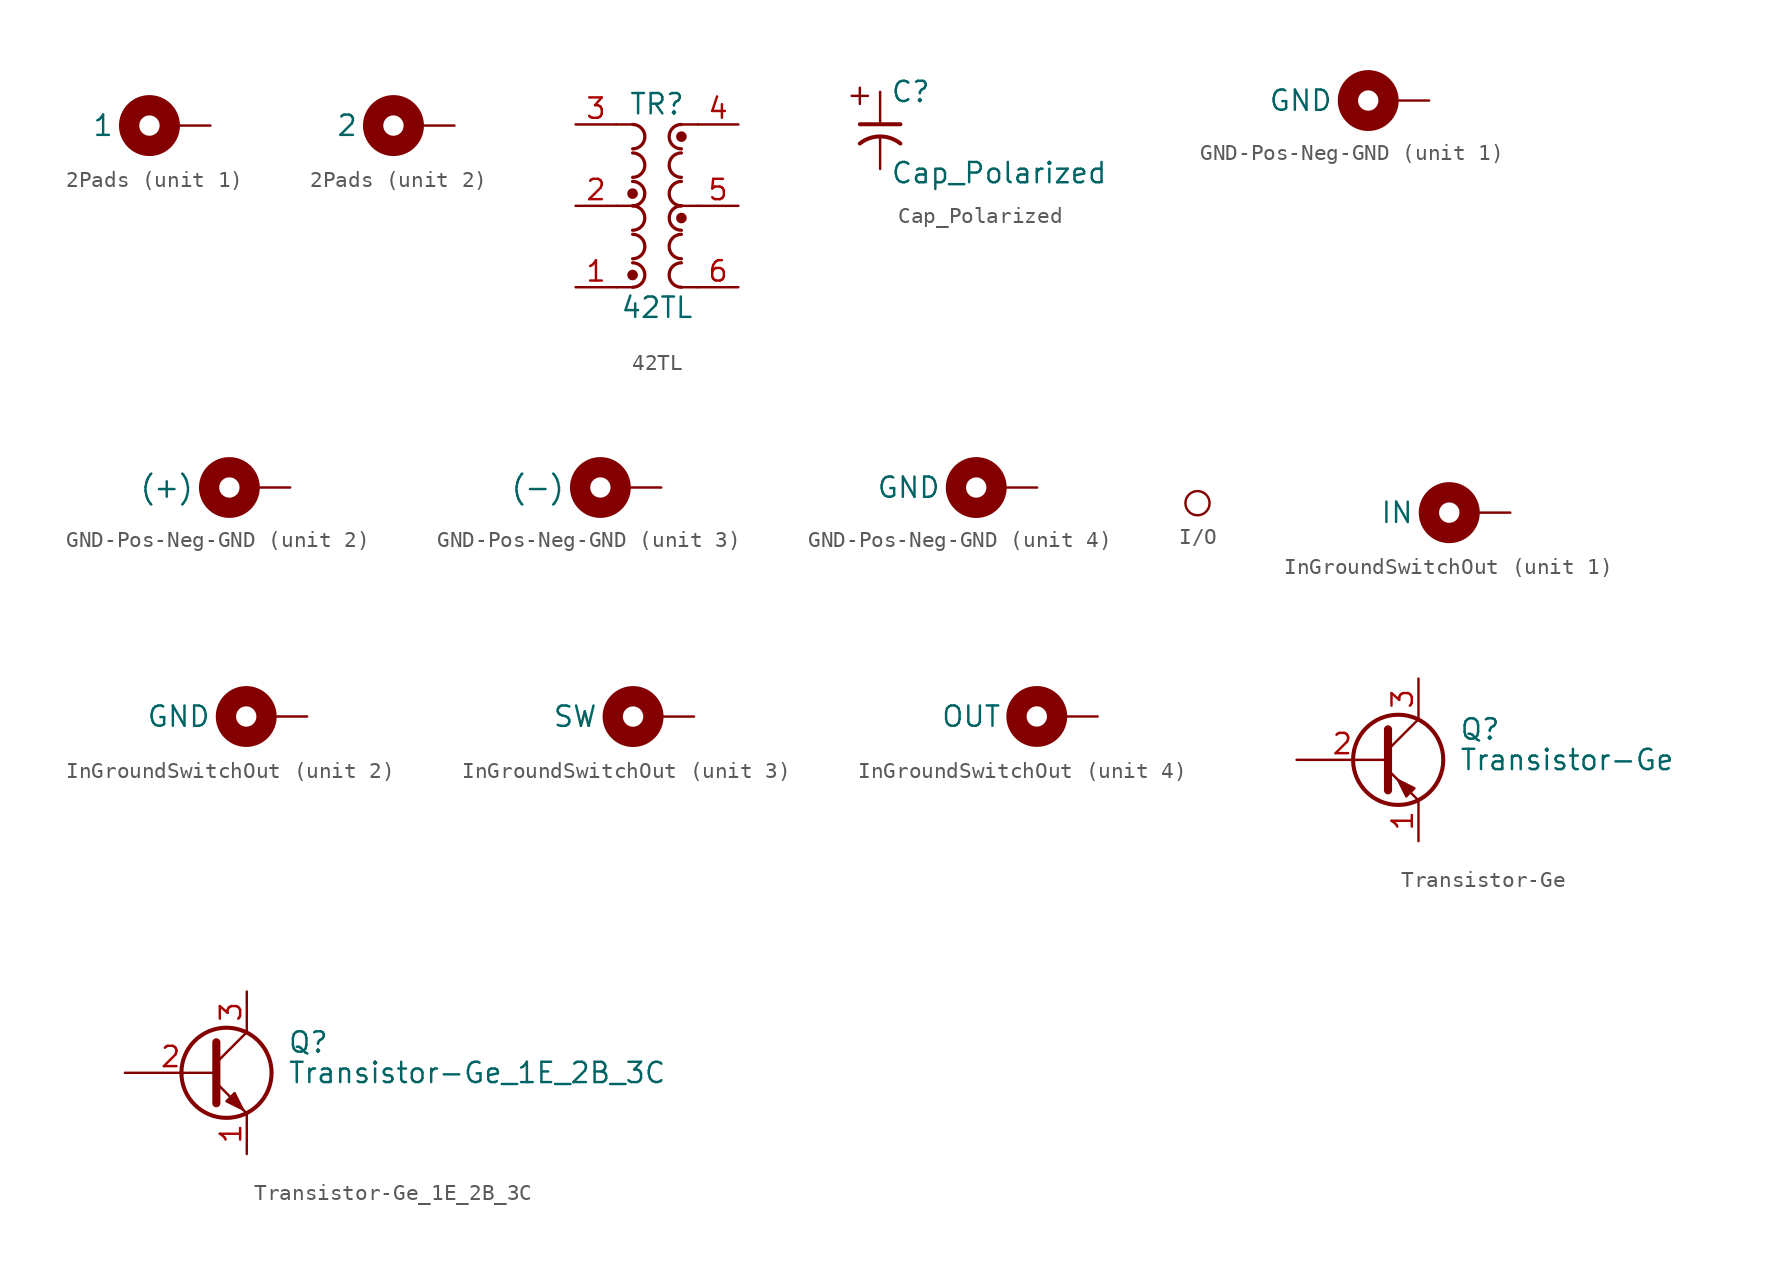
<source format=kicad_sym>
(kicad_symbol_lib
  (version 20220914)
  (generator kicad_symbol_editor)
  (symbol "2Pads"
    (pin_numbers hide)
    (pin_names
      (offset 3))
    (property "Reference" "I/O"
      (at 0 -2.032 0)
      (effects (font (size 1.27 1.27)) hide))
    (property "Value" ""
      (at -3.81 3.048 0)
      (effects (font (size 1.27 1.27))))
    (property "ki_locked" ""
      (at 0 0 0)
      (effects (font (size 1.27 1.27))))
    (symbol "2Pads_0_1"
      (circle (center -3.81 0) (radius 1.27) (stroke (width 1.27) (type default)) (fill (type none))))
    (symbol "2Pads_1_1"
      (pin input line (at 0 0 180) (length 3) (name "1" (effects (font (size 1.27 1.27)))) (number "1" (effects (font (size 1.27 1.27))))))
    (symbol "2Pads_2_1"
      (pin input line (at 0 0 180) (length 3) (name "2" (effects (font (size 1.27 1.27)))) (number "2" (effects (font (size 1.27 1.27)))))))
  (symbol "42TL"
    (pin_names hide)
    (property "Reference" "TR"
      (at 0 6.35 0)
      (effects (font (size 1.27 1.27))))
    (property "Value" "42TL"
      (at 0 -6.35 0)
      (effects (font (size 1.27 1.27))))
    (symbol "42TL_0_1"
      (arc (start -1.524 -1.524) (mid -0.7653 -0.762) (end -1.524 0) (stroke (width 0.2032) (type default)) (fill (type none)))
      (arc (start -1.524 0) (mid -0.7653 0.762) (end -1.524 1.524) (stroke (width 0.2032) (type default)) (fill (type none)))
      (arc (start -1.5207 -5.08) (mid -0.762 -4.318) (end -1.5207 -3.556) (stroke (width 0.2032) (type default)) (fill (type none)))
      (arc (start -1.5207 -3.302) (mid -0.762 -2.54) (end -1.5207 -1.778) (stroke (width 0.2032) (type default)) (fill (type none)))
      (arc (start -1.5207 1.778) (mid -0.762 2.54) (end -1.5207 3.302) (stroke (width 0.2032) (type default)) (fill (type none)))
      (arc (start -1.5207 3.556) (mid -0.762 4.318) (end -1.5207 5.08) (stroke (width 0.2032) (type default)) (fill (type none)))
      (polyline (pts (xy -2.54 0) (xy -1.27 0)) (stroke (width 0) (type default)) (fill (type none)))
      (polyline (pts (xy -1.524 -5.08) (xy -2.54 -5.08)) (stroke (width 0) (type default)) (fill (type none)))
      (polyline (pts (xy -1.524 5.08) (xy -2.54 5.08)) (stroke (width 0) (type default)) (fill (type none)))
      (polyline (pts (xy 2.54 -5.08) (xy 1.524 -5.08)) (stroke (width 0) (type default)) (fill (type none)))
      (polyline (pts (xy 2.54 0) (xy 1.27 0)) (stroke (width 0.152) (type default)) (fill (type none)))
      (polyline (pts (xy 2.54 5.08) (xy 1.524 5.08)) (stroke (width 0) (type default)) (fill (type none)))
      (arc (start 1.5207 -3.556) (mid 0.762 -4.318) (end 1.5207 -5.08) (stroke (width 0.2032) (type default)) (fill (type none)))
      (arc (start 1.5207 -1.778) (mid 0.762 -2.54) (end 1.5207 -3.302) (stroke (width 0.2032) (type default)) (fill (type none)))
      (arc (start 1.5207 3.302) (mid 0.762 2.54) (end 1.5207 1.778) (stroke (width 0.2032) (type default)) (fill (type none)))
      (arc (start 1.5207 5.08) (mid 0.762 4.318) (end 1.5207 3.556) (stroke (width 0.2032) (type default)) (fill (type none)))
      (arc (start 1.524 0) (mid 0.7653 -0.762) (end 1.524 -1.524) (stroke (width 0.2032) (type default)) (fill (type none)))
      (arc (start 1.524 1.524) (mid 0.7653 0.762) (end 1.524 0) (stroke (width 0.2032) (type default)) (fill (type none))))
    (symbol "42TL_1_1"
      (circle (center -1.524 -4.318) (radius 0.254) (stroke (width 0) (type default)) (fill (type outline)))
      (circle (center -1.524 0.762) (radius 0.254) (stroke (width 0) (type default)) (fill (type outline)))
      (circle (center 1.524 -0.762) (radius 0.254) (stroke (width 0) (type default)) (fill (type outline)))
      (circle (center 1.524 4.318) (radius 0.254) (stroke (width 0) (type default)) (fill (type outline)))
      (pin passive line (at -5.08 -5.08 0) (length 2.54) (name "~" (effects (font (size 1.27 1.27)))) (number "1" (effects (font (size 1.27 1.27)))))
      (pin passive line (at -5.08 0 0) (length 2.54) (name "~" (effects (font (size 1.27 1.27)))) (number "2" (effects (font (size 1.27 1.27)))))
      (pin passive line (at -5.08 5.08 0) (length 2.54) (name "~" (effects (font (size 1.27 1.27)))) (number "3" (effects (font (size 1.27 1.27)))))
      (pin passive line (at 5.08 5.08 180) (length 2.54) (name "~" (effects (font (size 1.27 1.27)))) (number "4" (effects (font (size 1.27 1.27)))))
      (pin passive line (at 5.08 0 180) (length 2.54) (name "~" (effects (font (size 1.27 1.27)))) (number "5" (effects (font (size 1.27 1.27)))))
      (pin passive line (at 5.08 -5.08 180) (length 2.54) (name "~" (effects (font (size 1.27 1.27)))) (number "6" (effects (font (size 1.27 1.27)))))))
  (symbol "Cap_Polarized"
    (pin_numbers hide)
    (pin_names
      (offset 0.254) hide)
    (property "Reference" "C"
      (at 0.635 2.54 0)
      (effects (font (size 1.27 1.27)) (justify left)))
    (property "Value" "Cap_Polarized"
      (at 0.635 -2.54 0)
      (effects (font (size 1.27 1.27)) (justify left)))
    (symbol "Cap_Polarized_0_1"
      (polyline (pts (xy -1.778 2.286) (xy -0.762 2.286)) (stroke (width 0) (type default)) (fill (type none)))
      (polyline (pts (xy -1.27 1.778) (xy -1.27 2.794)) (stroke (width 0) (type default)) (fill (type none))))
    (symbol "Cap_Polarized_1_1"
      (polyline (pts (xy -1.27 0.508) (xy 1.27 0.508)) (stroke (width 0.25) (type default)) (fill (type color) (color 0 0 0 0)))
      (arc (start 1.27 -0.6991) (mid 0 -0.2535) (end -1.27 -0.6991) (stroke (width 0.25) (type default)) (fill (type none)))
      (pin passive line (at 0 2.54 270) (length 2) (name "~" (effects (font (size 1.27 1.27)))) (number "1" (effects (font (size 1.27 1.27)))))
      (pin passive line (at 0 -2.286 90) (length 2) (name "~" (effects (font (size 1.27 1.27)))) (number "2" (effects (font (size 1.27 1.27)))))))
  (symbol "GND-Pos-Neg-GND"
    (pin_numbers hide)
    (pin_names
      (offset 3))
    (property "Reference" "I/O"
      (at 0 -2.032 0)
      (effects (font (size 1.27 1.27)) hide))
    (property "ki_locked" ""
      (at 0 0 0)
      (effects (font (size 1.27 1.27))))
    (symbol "GND-Pos-Neg-GND_0_1"
      (circle (center -3.81 0) (radius 1.27) (stroke (width 1.27) (type default)) (fill (type none))))
    (symbol "GND-Pos-Neg-GND_1_1"
      (pin passive line (at 0 0 180) (length 3) (name "GND" (effects (font (size 1.27 1.27)))) (number "1" (effects (font (size 1.27 1.27))))))
    (symbol "GND-Pos-Neg-GND_2_1"
      (pin power_in line (at 0 0 180) (length 3) (name "(+)" (effects (font (size 1.27 1.27)))) (number "2" (effects (font (size 1.27 1.27))))))
    (symbol "GND-Pos-Neg-GND_3_1"
      (pin passive line (at 0 0 180) (length 3) (name "(-)" (effects (font (size 1.27 1.27)))) (number "3" (effects (font (size 1.27 1.27))))))
    (symbol "GND-Pos-Neg-GND_4_1"
      (pin passive line (at 0 0 180) (length 3) (name "GND" (effects (font (size 1.27 1.27)))) (number "4" (effects (font (size 1.27 1.27)))))))
  (symbol "I/O"
    (pin_numbers hide)
    (pin_names
      (offset 0.762) hide)
    (property "Reference" "IO"
      (at 0 4.318 0)
      (effects (font (size 1.27 1.27)) hide))
    (symbol "I/O_1_1"
      (circle (center 0 0) (radius 0.762) (stroke (width 0) (type default)) (fill (type none)))
      (pin bidirectional line (at 0 2.54 90) (length 0) hide (name "1" (effects (font (size 1.27 1.27)))) (number "1" (effects (font (size 1.27 1.27)))))))
  (symbol "InGroundSwitchOut"
    (pin_numbers hide)
    (pin_names
      (offset 3))
    (property "Reference" "I/O"
      (at 0 -2.032 0)
      (effects (font (size 1.27 1.27)) hide))
    (property "Value" ""
      (at -3.81 3.048 0)
      (effects (font (size 1.27 1.27))))
    (property "ki_locked" ""
      (at 0 0 0)
      (effects (font (size 1.27 1.27))))
    (symbol "InGroundSwitchOut_0_1"
      (circle (center -3.81 0) (radius 1.27) (stroke (width 1.27) (type default)) (fill (type none))))
    (symbol "InGroundSwitchOut_1_1"
      (pin input line (at 0 0 180) (length 3) (name "IN" (effects (font (size 1.27 1.27)))) (number "1" (effects (font (size 1.27 1.27))))))
    (symbol "InGroundSwitchOut_2_1"
      (pin input line (at 0 0 180) (length 3) (name "GND" (effects (font (size 1.27 1.27)))) (number "2" (effects (font (size 1.27 1.27))))))
    (symbol "InGroundSwitchOut_3_1"
      (pin input line (at 0 0 180) (length 3) (name "SW" (effects (font (size 1.27 1.27)))) (number "3" (effects (font (size 1.27 1.27))))))
    (symbol "InGroundSwitchOut_4_1"
      (pin input line (at 0 0 180) (length 3) (name "OUT" (effects (font (size 1.27 1.27)))) (number "4" (effects (font (size 1.27 1.27)))))))
  (symbol "Transistor-Ge"
    (pin_names
      (offset 0) hide)
    (property "Reference" "Q"
      (at 5.08 1.905 0)
      (effects (font (size 1.27 1.27)) (justify left)))
    (property "Value" "Transistor-Ge"
      (at 5.08 0 0)
      (effects (font (size 1.27 1.27)) (justify left)))
    (symbol "Transistor-Ge_0_1"
      (polyline (pts (xy 0.635 0.635) (xy 2.54 2.54)) (stroke (width 0) (type default)) (fill (type none)))
      (polyline (pts (xy 0.635 -0.635) (xy 2.54 -2.54) (xy 2.54 -2.54)) (stroke (width 0) (type default)) (fill (type none)))
      (polyline (pts (xy 0.635 1.905) (xy 0.635 -1.905) (xy 0.635 -1.905)) (stroke (width 0.508) (type default)) (fill (type none)))
      (polyline (pts (xy 2.286 -1.778) (xy 1.778 -2.286) (xy 1.27 -1.27) (xy 2.286 -1.778) (xy 2.286 -1.778)) (stroke (width 0) (type default)) (fill (type outline)))
      (circle (center 1.27 0) (radius 2.819) (stroke (width 0.254) (type default)) (fill (type none))))
    (symbol "Transistor-Ge_1_1"
      (pin passive line (at 2.54 -5.08 90) (length 2.54) (name "E" (effects (font (size 1.27 1.27)))) (number "1" (effects (font (size 1.27 1.27)))))
      (pin input line (at -5.08 0 0) (length 5.715) (name "B" (effects (font (size 1.27 1.27)))) (number "2" (effects (font (size 1.27 1.27)))))
      (pin passive line (at 2.54 5.08 270) (length 2.54) (name "C" (effects (font (size 1.27 1.27)))) (number "3" (effects (font (size 1.27 1.27)))))))
  (symbol "Transistor-Ge_1E_2B_3C"
    (pin_names
      (offset 0) hide)
    (property "Reference" "Q"
      (at 5.08 1.905 0)
      (effects (font (size 1.27 1.27)) (justify left)))
    (property "Value" "Transistor-Ge_1E_2B_3C"
      (at 5.08 0 0)
      (effects (font (size 1.27 1.27)) (justify left)))
    (symbol "Transistor-Ge_1E_2B_3C_0_1"
      (polyline (pts (xy 0.635 0.635) (xy 2.54 2.54)) (stroke (width 0) (type default)) (fill (type none)))
      (polyline (pts (xy 0.635 -0.635) (xy 2.54 -2.54) (xy 2.54 -2.54)) (stroke (width 0) (type default)) (fill (type none)))
      (polyline (pts (xy 0.635 1.905) (xy 0.635 -1.905) (xy 0.635 -1.905)) (stroke (width 0.508) (type default)) (fill (type none)))
      (polyline (pts (xy 1.27 -1.778) (xy 1.778 -1.27) (xy 2.286 -2.286) (xy 1.27 -1.778) (xy 1.27 -1.778)) (stroke (width 0) (type default)) (fill (type outline)))
      (circle (center 1.27 0) (radius 2.819) (stroke (width 0.254) (type default)) (fill (type none))))
    (symbol "Transistor-Ge_1E_2B_3C_1_1"
      (pin passive line (at 2.54 -5.08 90) (length 2.54) (name "E" (effects (font (size 1.27 1.27)))) (number "1" (effects (font (size 1.27 1.27)))))
      (pin input line (at -5.08 0 0) (length 5.715) (name "B" (effects (font (size 1.27 1.27)))) (number "2" (effects (font (size 1.27 1.27)))))
      (pin passive line (at 2.54 5.08 270) (length 2.54) (name "C" (effects (font (size 1.27 1.27)))) (number "3" (effects (font (size 1.27 1.27))))))))
</source>
